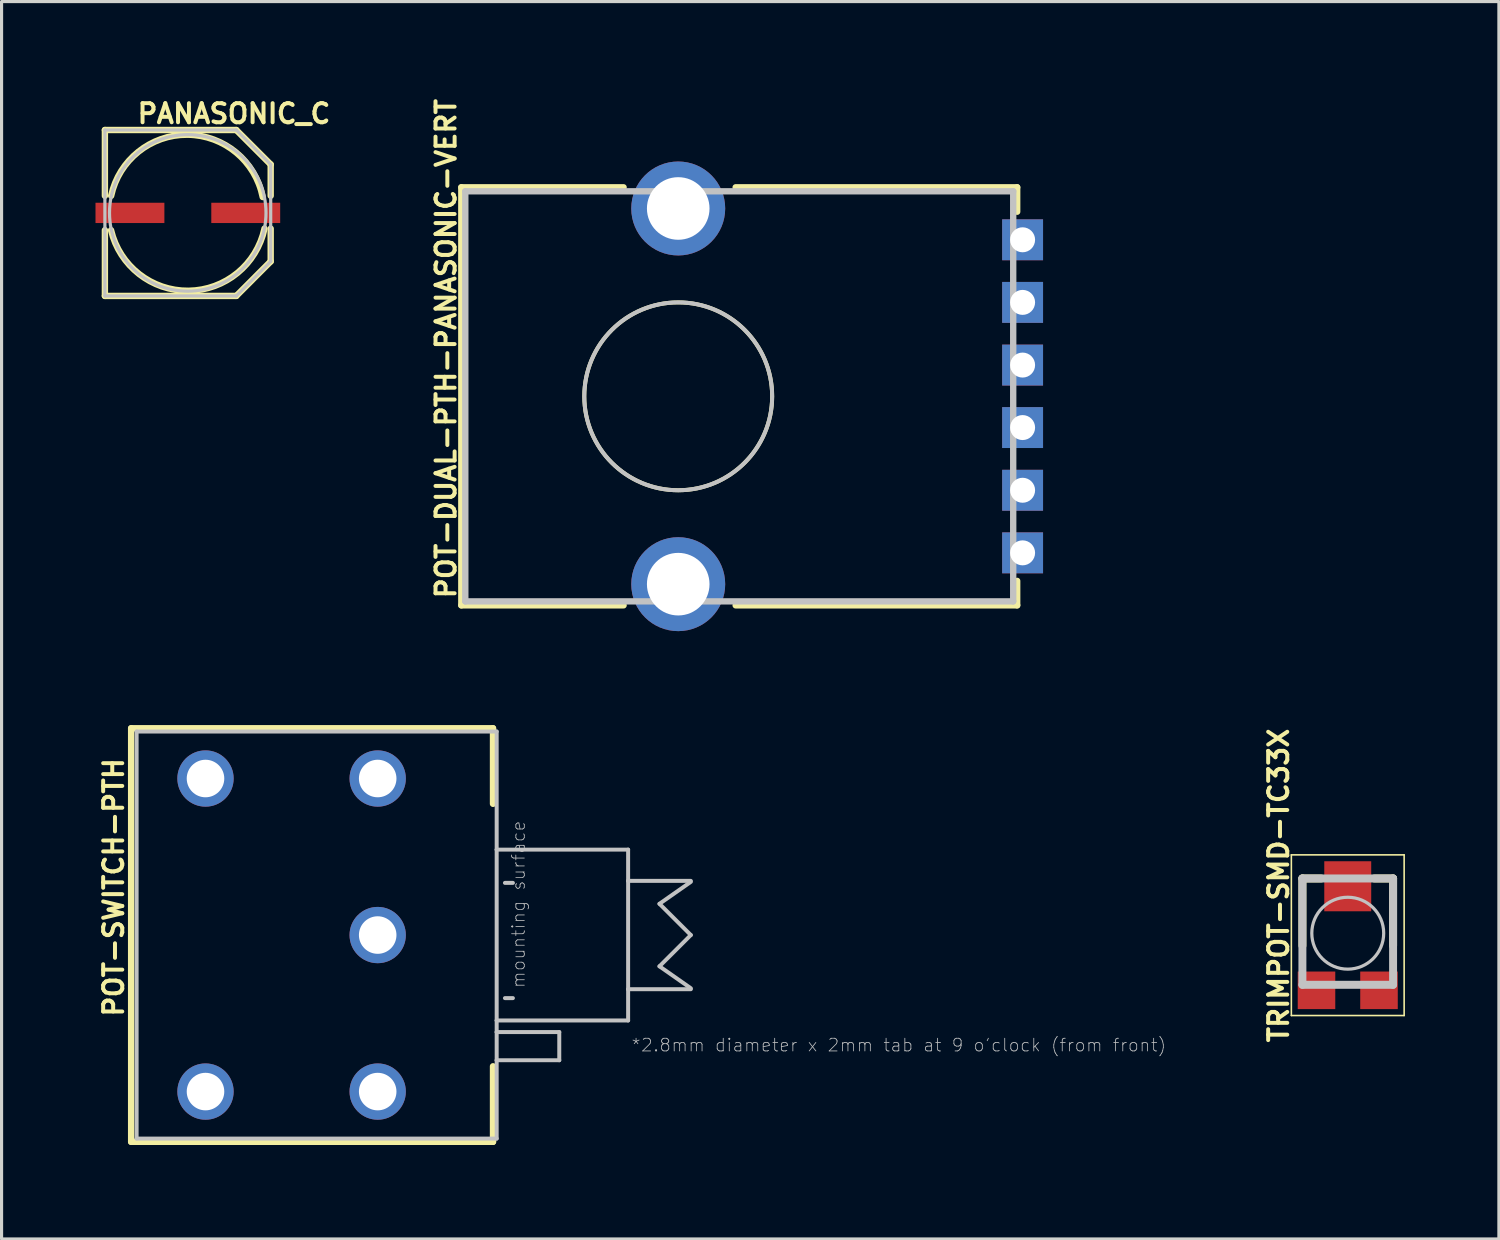
<source format=kicad_pcb>
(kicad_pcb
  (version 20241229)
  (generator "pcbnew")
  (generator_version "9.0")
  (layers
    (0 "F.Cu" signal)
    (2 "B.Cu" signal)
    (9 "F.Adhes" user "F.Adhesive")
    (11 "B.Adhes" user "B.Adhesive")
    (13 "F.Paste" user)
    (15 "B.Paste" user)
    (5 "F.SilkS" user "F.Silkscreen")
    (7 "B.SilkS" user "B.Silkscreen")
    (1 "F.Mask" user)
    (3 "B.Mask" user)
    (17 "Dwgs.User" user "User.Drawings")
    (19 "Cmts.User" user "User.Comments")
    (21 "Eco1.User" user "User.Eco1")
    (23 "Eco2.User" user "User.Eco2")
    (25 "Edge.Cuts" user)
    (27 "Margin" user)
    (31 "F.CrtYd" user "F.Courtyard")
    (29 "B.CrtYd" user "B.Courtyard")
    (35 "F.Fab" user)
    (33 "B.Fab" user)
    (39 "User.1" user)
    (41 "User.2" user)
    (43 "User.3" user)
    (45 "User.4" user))
  (footprint "PANASONIC_C"
    (layer "F.Cu")
    (at 2.898 3.551)
    (property "Reference" "PANASONIC_C" (at 1.524 -2.972 0) (layer "F.SilkS") (effects (font (size 0.61 0.61) (thickness 0.127))))
    (attr smd)
    (fp_line (start -2.598 -2.449) (end -2.598 -0.348) (stroke (width 0.203) (type solid)) (layer "F.SilkS"))
    (fp_line (start -2.598 -2.449) (end 1.598 -2.449) (stroke (width 0.203) (type solid)) (layer "F.SilkS"))
    (fp_line (start -2.598 2.85) (end -2.598 0.749) (stroke (width 0.203) (type solid)) (layer "F.SilkS"))
    (fp_line (start 1.598 -2.449) (end 2.697 -1.349) (stroke (width 0.203) (type solid)) (layer "F.SilkS"))
    (fp_line (start 1.598 2.85) (end -2.598 2.85) (stroke (width 0.203) (type solid)) (layer "F.SilkS"))
    (fp_line (start 2.697 -1.349) (end 2.697 -0.348) (stroke (width 0.203) (type solid)) (layer "F.SilkS"))
    (fp_line (start 2.697 1.748) (end 1.598 2.85) (stroke (width 0.203) (type solid)) (layer "F.SilkS"))
    (fp_line (start 2.697 1.748) (end 2.697 0.699) (stroke (width 0.203) (type solid)) (layer "F.SilkS"))
    (fp_arc (start -2.39776 -0.34798) (mid 0.03782 -2.298223) (end 2.441448 -0.308732) (stroke (width 0.2032) (type solid)) (layer "F.SilkS"))
    (fp_arc (start 2.49936 0.6985) (mid 0.070245 2.684399) (end -2.4011 0.751306) (stroke (width 0.2032) (type solid)) (layer "F.SilkS"))
    (fp_line (start -2.598 -2.449) (end -2.598 2.85) (stroke (width 0.102) (type solid)) (layer "Dwgs.User"))
    (fp_line (start -2.598 -2.449) (end 1.598 -2.449) (stroke (width 0.102) (type solid)) (layer "Dwgs.User"))
    (fp_line (start 1.598 -2.449) (end 2.697 -1.349) (stroke (width 0.102) (type solid)) (layer "Dwgs.User"))
    (fp_line (start 1.598 2.85) (end -2.598 2.85) (stroke (width 0.102) (type solid)) (layer "Dwgs.User"))
    (fp_line (start 2.697 -1.349) (end 2.697 1.748) (stroke (width 0.102) (type solid)) (layer "Dwgs.User"))
    (fp_line (start 2.697 1.748) (end 1.598 2.85) (stroke (width 0.102) (type solid)) (layer "Dwgs.User"))
    (fp_circle (center 0.048 0.198) (end 0.048 -2.301) (stroke (width 0.102) (type solid)) (fill no) (layer "Dwgs.User"))
    (pad "+" smd rect (at 1.9 0.198) (size 2.2 0.648) (layers "F.Cu" "F.Mask" "F.Paste"))
    (pad "-" smd rect (at -1.798 0.198) (size 2.2 0.648) (layers "F.Cu" "F.Mask" "F.Paste")))
  (footprint "POT-SWITCH-PTH"
    (layer "F.Cu")
    (at 9.012 26.812)
    (property "Reference" "POT-SWITCH-PTH" (at -8.433 -1.524 90) (layer "F.SilkS") (effects (font (size 0.61 0.61) (thickness 0.127))))
    (attr exclude_from_pos_files exclude_from_bom)
    (fp_line (start -7.874 -6.604) (end 3.683 -6.604) (stroke (width 0.203) (type solid)) (layer "F.SilkS"))
    (fp_line (start -7.874 6.604) (end -7.874 -6.604) (stroke (width 0.203) (type solid)) (layer "F.SilkS"))
    (fp_line (start -7.874 6.604) (end 3.683 6.604) (stroke (width 0.203) (type solid)) (layer "F.SilkS"))
    (fp_line (start 3.683 -6.604) (end 3.683 -4.191) (stroke (width 0.203) (type solid)) (layer "F.SilkS"))
    (fp_line (start 3.683 6.604) (end 3.683 4.191) (stroke (width 0.203) (type solid)) (layer "F.SilkS"))
    (fp_line (start -7.699 -6.5) (end -7.699 6.5) (stroke (width 0.127) (type solid)) (layer "Dwgs.User"))
    (fp_line (start -7.699 -6.5) (end 3.8 -6.5) (stroke (width 0.127) (type solid)) (layer "Dwgs.User"))
    (fp_line (start -7.699 6.5) (end 3.8 6.5) (stroke (width 0.127) (type solid)) (layer "Dwgs.User"))
    (fp_line (start 3.8 -6.5) (end 3.8 -2.728) (stroke (width 0.127) (type solid)) (layer "Dwgs.User"))
    (fp_line (start 3.8 -2.728) (end 3.8 2.728) (stroke (width 0.127) (type solid)) (layer "Dwgs.User"))
    (fp_line (start 3.8 -2.728) (end 7.998 -2.728) (stroke (width 0.127) (type solid)) (layer "Dwgs.User"))
    (fp_line (start 3.8 2.728) (end 3.8 3.099) (stroke (width 0.127) (type solid)) (layer "Dwgs.User"))
    (fp_line (start 3.8 3.099) (end 3.8 3.998) (stroke (width 0.127) (type solid)) (layer "Dwgs.User"))
    (fp_line (start 3.8 3.099) (end 5.799 3.099) (stroke (width 0.127) (type solid)) (layer "Dwgs.User"))
    (fp_line (start 3.8 3.998) (end 3.8 6.5) (stroke (width 0.127) (type solid)) (layer "Dwgs.User"))
    (fp_line (start 4.318 -1.666) (end 4.064 -1.666) (stroke (width 0.127) (type solid)) (layer "Dwgs.User"))
    (fp_line (start 4.318 2.014) (end 4.064 2.014) (stroke (width 0.127) (type solid)) (layer "Dwgs.User"))
    (fp_line (start 5.799 3.099) (end 5.799 3.998) (stroke (width 0.127) (type solid)) (layer "Dwgs.User"))
    (fp_line (start 5.799 3.998) (end 3.8 3.998) (stroke (width 0.127) (type solid)) (layer "Dwgs.User"))
    (fp_line (start 7.998 -2.728) (end 7.998 -1.73) (stroke (width 0.127) (type solid)) (layer "Dwgs.User"))
    (fp_line (start 7.998 -1.73) (end 7.998 1.73) (stroke (width 0.127) (type solid)) (layer "Dwgs.User"))
    (fp_line (start 7.998 -1.73) (end 10 -1.73) (stroke (width 0.127) (type solid)) (layer "Dwgs.User"))
    (fp_line (start 7.998 1.73) (end 7.998 2.728) (stroke (width 0.127) (type solid)) (layer "Dwgs.User"))
    (fp_line (start 7.998 2.728) (end 3.8 2.728) (stroke (width 0.127) (type solid)) (layer "Dwgs.User"))
    (fp_line (start 8.999 -0.998) (end 10 0) (stroke (width 0.127) (type solid)) (layer "Dwgs.User"))
    (fp_line (start 8.999 0.998) (end 10 1.699) (stroke (width 0.127) (type solid)) (layer "Dwgs.User"))
    (fp_line (start 10 -1.699) (end 8.999 -0.998) (stroke (width 0.127) (type solid)) (layer "Dwgs.User"))
    (fp_line (start 10 0) (end 8.999 0.998) (stroke (width 0.127) (type solid)) (layer "Dwgs.User"))
    (fp_line (start 10 1.73) (end 7.998 1.73) (stroke (width 0.127) (type solid)) (layer "Dwgs.User"))
    (fp_text user "*2.8mm diameter x 2mm tab at 9 o'clock (from front)" (at 16.642 3.515 0) (layer "Dwgs.User") (effects (font (size 0.406 0.406) (thickness 0.025))))
    (fp_text user "mounting surface" (at 4.496 -0.98 90) (layer "Dwgs.User") (effects (font (size 0.406 0.406) (thickness 0.025))))
    (pad "1" thru_hole circle (at 0 4.999) (size 1.798 1.798) (drill 1.199) (layers "*.Cu" "*.Paste" "*.Mask"))
    (pad "2" thru_hole circle (at 0 0) (size 1.798 1.798) (drill 1.199) (layers "*.Cu" "*.Paste" "*.Mask"))
    (pad "3" thru_hole circle (at 0 -4.999) (size 1.798 1.798) (drill 1.199) (layers "*.Cu" "*.Paste" "*.Mask"))
    (pad "S1" thru_hole circle (at -5.499 -4.999) (size 1.798 1.798) (drill 1.199) (layers "*.Cu" "*.Paste" "*.Mask"))
    (pad "S2" thru_hole circle (at -5.499 4.999) (size 1.798 1.798) (drill 1.199) (layers "*.Cu" "*.Paste" "*.Mask")))
  (footprint "POT-DUAL-PTH-PANASONIC-VERT"
    (layer "F.Cu")
    (at 18.61 9.607)
    (property "Reference" "POT-DUAL-PTH-PANASONIC-VERT" (at -7.417 -1.524 90) (layer "F.SilkS") (effects (font (size 0.61 0.61) (thickness 0.127))))
    (attr exclude_from_pos_files exclude_from_bom)
    (fp_line (start -6.927 6.675) (end -6.927 -6.675) (stroke (width 0.203) (type solid)) (layer "F.SilkS"))
    (fp_line (start -1.745 -6.675) (end -6.927 -6.675) (stroke (width 0.203) (type solid)) (layer "F.SilkS"))
    (fp_line (start -1.745 6.675) (end -6.927 6.675) (stroke (width 0.203) (type solid)) (layer "F.SilkS"))
    (fp_line (start 10.825 -6.675) (end 1.834 -6.675) (stroke (width 0.203) (type solid)) (layer "F.SilkS"))
    (fp_line (start 10.825 -6.675) (end 10.825 -5.895) (stroke (width 0.203) (type solid)) (layer "F.SilkS"))
    (fp_line (start 10.825 5.895) (end 10.825 6.675) (stroke (width 0.203) (type solid)) (layer "F.SilkS"))
    (fp_line (start 10.825 6.675) (end 1.834 6.675) (stroke (width 0.203) (type solid)) (layer "F.SilkS"))
    (fp_circle (center 0 0) (end 0 -3) (stroke (width 0.127) (type solid)) (fill no) (layer "F.SilkS"))
    (fp_line (start -6.8 -6.548) (end 10.698 -6.548) (stroke (width 0.203) (type solid)) (layer "Dwgs.User"))
    (fp_line (start -6.8 6.548) (end -6.8 -6.548) (stroke (width 0.203) (type solid)) (layer "Dwgs.User"))
    (fp_line (start 10.698 -6.548) (end 10.698 6.548) (stroke (width 0.203) (type solid)) (layer "Dwgs.User"))
    (fp_line (start 10.698 6.548) (end -6.8 6.548) (stroke (width 0.203) (type solid)) (layer "Dwgs.User"))
    (fp_circle (center 0 0) (end 0 -3) (stroke (width 0.127) (type solid)) (fill no) (layer "Dwgs.User"))
    (pad "A1" thru_hole rect (at 10.998 3) (size 1.306 1.306) (drill 0.798) (layers "*.Cu" "*.Paste" "*.Mask"))
    (pad "A2" thru_hole rect (at 10.998 4.999) (size 1.306 1.306) (drill 0.798) (layers "*.Cu" "*.Paste" "*.Mask"))
    (pad "A3" thru_hole rect (at 10.998 -4.999) (size 1.306 1.306) (drill 0.798) (layers "*.Cu" "*.Paste" "*.Mask"))
    (pad "B1" thru_hole rect (at 10.998 0.998) (size 1.306 1.306) (drill 0.798) (layers "*.Cu" "*.Paste" "*.Mask"))
    (pad "B2" thru_hole rect (at 10.998 -0.998) (size 1.306 1.306) (drill 0.798) (layers "*.Cu" "*.Paste" "*.Mask"))
    (pad "B3" thru_hole rect (at 10.998 -3) (size 1.306 1.306) (drill 0.798) (layers "*.Cu" "*.Paste" "*.Mask"))
    (pad "P$4" thru_hole circle (at 0 5.999) (size 3 3) (drill 1.999) (layers "*.Cu" "*.Paste" "*.Mask"))
    (pad "P$5" thru_hole circle (at 0 -5.999) (size 3 3) (drill 1.999) (layers "*.Cu" "*.Paste" "*.Mask")))
  (footprint "TRIMPOT-SMD-TC33X"
    (layer "F.Cu")
    (at 39.992 26.753)
    (property "Reference" "TRIMPOT-SMD-TC33X" (at -2.207 -1.524 90) (layer "F.SilkS") (effects (font (size 0.61 0.61) (thickness 0.127))))
    (attr smd)
    (fp_line (start -1.801 -2.502) (end 1.801 -2.502) (stroke (width 0.051) (type solid)) (layer "F.SilkS"))
    (fp_line (start -1.801 2.629) (end -1.801 -2.502) (stroke (width 0.051) (type solid)) (layer "F.SilkS"))
    (fp_line (start -1.448 -1.748) (end -0.848 -1.748) (stroke (width 0.254) (type solid)) (layer "F.SilkS"))
    (fp_line (start -1.448 0.399) (end -1.448 -1.748) (stroke (width 0.254) (type solid)) (layer "F.SilkS"))
    (fp_line (start 1.448 -1.748) (end 0.848 -1.748) (stroke (width 0.254) (type solid)) (layer "F.SilkS"))
    (fp_line (start 1.448 0.399) (end 1.448 -1.748) (stroke (width 0.254) (type solid)) (layer "F.SilkS"))
    (fp_line (start 1.801 -2.502) (end 1.801 2.629) (stroke (width 0.051) (type solid)) (layer "F.SilkS"))
    (fp_line (start 1.801 2.629) (end -1.801 2.629) (stroke (width 0.051) (type solid)) (layer "F.SilkS"))
    (fp_line (start -1.448 -1.748) (end -1.448 1.648) (stroke (width 0.254) (type solid)) (layer "Dwgs.User"))
    (fp_line (start -1.448 1.648) (end 1.448 1.648) (stroke (width 0.254) (type solid)) (layer "Dwgs.User"))
    (fp_line (start 1.448 -1.748) (end -1.448 -1.748) (stroke (width 0.254) (type solid)) (layer "Dwgs.User"))
    (fp_line (start 1.448 1.648) (end 1.448 -1.748) (stroke (width 0.254) (type solid)) (layer "Dwgs.User"))
    (fp_circle (center 0 0) (end 0 -1.148) (stroke (width 0.102) (type solid)) (fill no) (layer "Dwgs.User"))
    (pad "1" smd rect (at -0.998 1.824) (size 1.199 1.199) (layers "F.Cu" "F.Mask" "F.Paste"))
    (pad "2" smd rect (at 0 -1.499) (size 1.499 1.598) (layers "F.Cu" "F.Mask" "F.Paste"))
    (pad "3" smd rect (at 0.998 1.824) (size 1.199 1.199) (layers "F.Cu" "F.Mask" "F.Paste")))
  (gr_rect
    (start -3 -3)
    (end 44.819 36.518)
    (stroke (width 0.1) (type default))
    (fill no)
    (layer "Edge.Cuts")))
</source>
